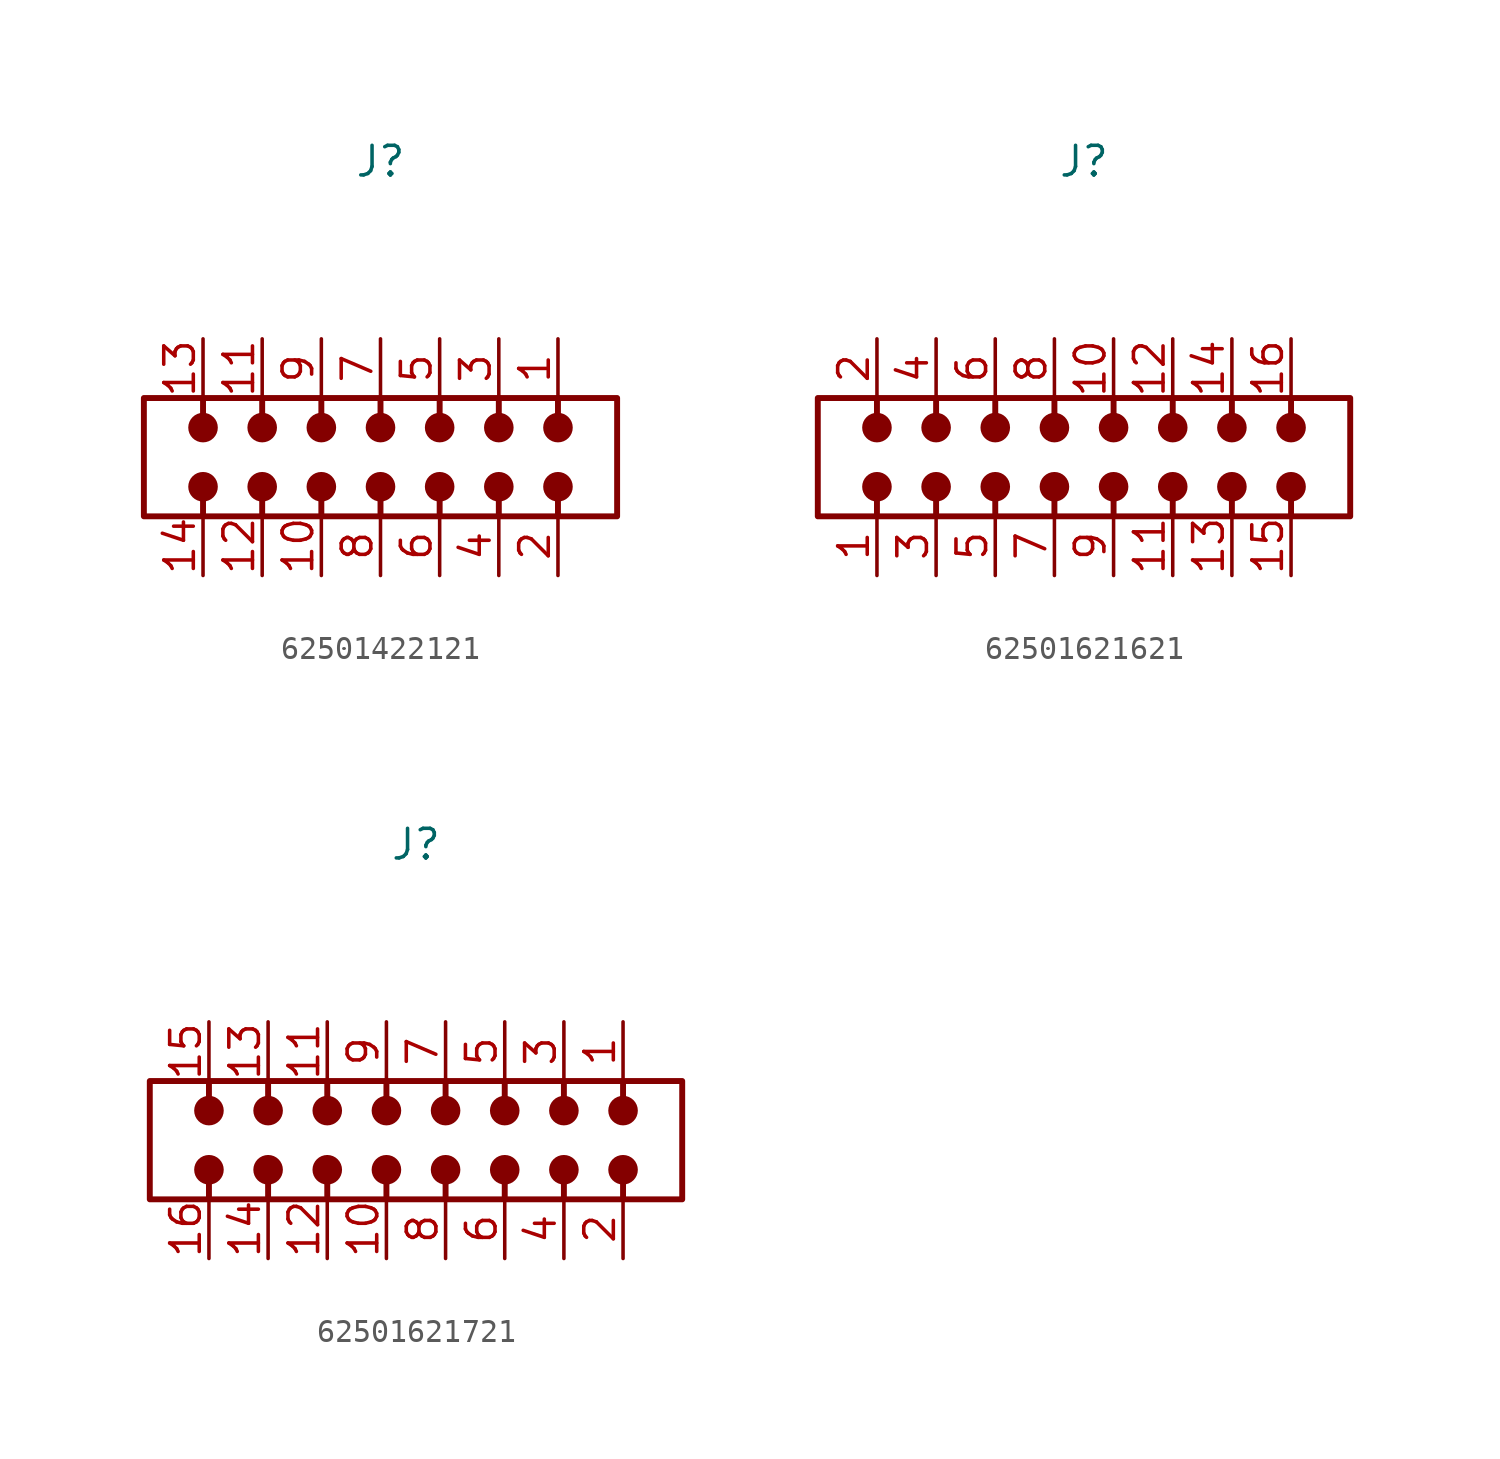
<source format=kicad_sym>
(kicad_symbol_lib
  (version 20241209)
  (generator "kicad_symbol_editor")
  (generator_version "9.0")
  (symbol "62501422121"
    (pin_names
      (hide yes))
    (property "Reference" "J"
      (at 0 12.7 0)
      (effects (font (size 1.27 1.27))))
    (symbol "62501422121_1_1"
      (rectangle (start -10.16 2.54) (end 10.16 -2.54) (stroke (width 0.254) (type solid)) (fill (type none)))
      (polyline (pts (xy -7.62 1.778) (xy -7.62 2.54)) (stroke (width 0.254) (type solid)) (fill (type none)))
      (circle (center -7.62 1.27) (radius 0.508) (stroke (width 0.254) (type solid)) (fill (type outline)))
      (circle (center -7.62 -1.27) (radius 0.508) (stroke (width 0.254) (type solid)) (fill (type outline)))
      (polyline (pts (xy -7.62 -1.778) (xy -7.62 -2.54)) (stroke (width 0.254) (type solid)) (fill (type none)))
      (polyline (pts (xy -5.08 1.778) (xy -5.08 2.54)) (stroke (width 0.254) (type solid)) (fill (type none)))
      (circle (center -5.08 1.27) (radius 0.508) (stroke (width 0.254) (type solid)) (fill (type outline)))
      (circle (center -5.08 -1.27) (radius 0.508) (stroke (width 0.254) (type solid)) (fill (type outline)))
      (polyline (pts (xy -5.08 -1.778) (xy -5.08 -2.54)) (stroke (width 0.254) (type solid)) (fill (type none)))
      (polyline (pts (xy -2.54 1.778) (xy -2.54 2.54)) (stroke (width 0.254) (type solid)) (fill (type none)))
      (circle (center -2.54 1.27) (radius 0.508) (stroke (width 0.254) (type solid)) (fill (type outline)))
      (circle (center -2.54 -1.27) (radius 0.508) (stroke (width 0.254) (type solid)) (fill (type outline)))
      (polyline (pts (xy -2.54 -1.778) (xy -2.54 -2.54)) (stroke (width 0.254) (type solid)) (fill (type none)))
      (polyline (pts (xy 0 1.778) (xy 0 2.54)) (stroke (width 0.254) (type solid)) (fill (type none)))
      (circle (center 0 1.27) (radius 0.508) (stroke (width 0.254) (type solid)) (fill (type outline)))
      (circle (center 0 -1.27) (radius 0.508) (stroke (width 0.254) (type solid)) (fill (type outline)))
      (polyline (pts (xy 0 -1.778) (xy 0 -2.54)) (stroke (width 0.254) (type solid)) (fill (type none)))
      (polyline (pts (xy 2.54 1.778) (xy 2.54 2.54)) (stroke (width 0.254) (type solid)) (fill (type none)))
      (circle (center 2.54 1.27) (radius 0.508) (stroke (width 0.254) (type solid)) (fill (type outline)))
      (circle (center 2.54 -1.27) (radius 0.508) (stroke (width 0.254) (type solid)) (fill (type outline)))
      (polyline (pts (xy 2.54 -1.778) (xy 2.54 -2.54)) (stroke (width 0.254) (type solid)) (fill (type none)))
      (polyline (pts (xy 5.08 1.778) (xy 5.08 2.54)) (stroke (width 0.254) (type solid)) (fill (type none)))
      (circle (center 5.08 1.27) (radius 0.508) (stroke (width 0.254) (type solid)) (fill (type outline)))
      (circle (center 5.08 -1.27) (radius 0.508) (stroke (width 0.254) (type solid)) (fill (type outline)))
      (polyline (pts (xy 5.08 -1.778) (xy 5.08 -2.54)) (stroke (width 0.254) (type solid)) (fill (type none)))
      (polyline (pts (xy 7.62 1.778) (xy 7.62 2.54)) (stroke (width 0.254) (type solid)) (fill (type none)))
      (circle (center 7.62 1.27) (radius 0.508) (stroke (width 0.254) (type solid)) (fill (type outline)))
      (circle (center 7.62 -1.27) (radius 0.508) (stroke (width 0.254) (type solid)) (fill (type outline)))
      (polyline (pts (xy 7.62 -1.778) (xy 7.62 -2.54)) (stroke (width 0.254) (type solid)) (fill (type none)))
      (pin passive line (at -7.62 5.08 270) (length 2.54) (name "13" (effects (font (size 1.27 1.27)))) (number "13" (effects (font (size 1.27 1.27)))))
      (pin passive line (at -7.62 -5.08 90) (length 2.54) (name "14" (effects (font (size 1.27 1.27)))) (number "14" (effects (font (size 1.27 1.27)))))
      (pin passive line (at -5.08 5.08 270) (length 2.54) (name "11" (effects (font (size 1.27 1.27)))) (number "11" (effects (font (size 1.27 1.27)))))
      (pin passive line (at -5.08 -5.08 90) (length 2.54) (name "12" (effects (font (size 1.27 1.27)))) (number "12" (effects (font (size 1.27 1.27)))))
      (pin passive line (at -2.54 5.08 270) (length 2.54) (name "9" (effects (font (size 1.27 1.27)))) (number "9" (effects (font (size 1.27 1.27)))))
      (pin passive line (at -2.54 -5.08 90) (length 2.54) (name "10" (effects (font (size 1.27 1.27)))) (number "10" (effects (font (size 1.27 1.27)))))
      (pin passive line (at 0 5.08 270) (length 2.54) (name "7" (effects (font (size 1.27 1.27)))) (number "7" (effects (font (size 1.27 1.27)))))
      (pin passive line (at 0 -5.08 90) (length 2.54) (name "8" (effects (font (size 1.27 1.27)))) (number "8" (effects (font (size 1.27 1.27)))))
      (pin passive line (at 2.54 5.08 270) (length 2.54) (name "5" (effects (font (size 1.27 1.27)))) (number "5" (effects (font (size 1.27 1.27)))))
      (pin passive line (at 2.54 -5.08 90) (length 2.54) (name "6" (effects (font (size 1.27 1.27)))) (number "6" (effects (font (size 1.27 1.27)))))
      (pin passive line (at 5.08 5.08 270) (length 2.54) (name "3" (effects (font (size 1.27 1.27)))) (number "3" (effects (font (size 1.27 1.27)))))
      (pin passive line (at 5.08 -5.08 90) (length 2.54) (name "4" (effects (font (size 1.27 1.27)))) (number "4" (effects (font (size 1.27 1.27)))))
      (pin passive line (at 7.62 5.08 270) (length 2.54) (name "1" (effects (font (size 1.27 1.27)))) (number "1" (effects (font (size 1.27 1.27)))))
      (pin passive line (at 7.62 -5.08 90) (length 2.54) (name "2" (effects (font (size 1.27 1.27)))) (number "2" (effects (font (size 1.27 1.27)))))))
  (symbol "62501621621"
    (pin_names
      (hide yes))
    (property "Reference" "J"
      (at 0 12.7 0)
      (effects (font (size 1.27 1.27))))
    (symbol "62501621621_1_1"
      (rectangle (start -11.43 2.54) (end 11.43 -2.54) (stroke (width 0.254) (type solid)) (fill (type none)))
      (polyline (pts (xy -8.89 1.778) (xy -8.89 2.54)) (stroke (width 0.254) (type solid)) (fill (type none)))
      (circle (center -8.89 1.27) (radius 0.508) (stroke (width 0.254) (type solid)) (fill (type outline)))
      (circle (center -8.89 -1.27) (radius 0.508) (stroke (width 0.254) (type solid)) (fill (type outline)))
      (polyline (pts (xy -8.89 -1.778) (xy -8.89 -2.54)) (stroke (width 0.254) (type solid)) (fill (type none)))
      (polyline (pts (xy -6.35 1.778) (xy -6.35 2.54)) (stroke (width 0.254) (type solid)) (fill (type none)))
      (circle (center -6.35 1.27) (radius 0.508) (stroke (width 0.254) (type solid)) (fill (type outline)))
      (circle (center -6.35 -1.27) (radius 0.508) (stroke (width 0.254) (type solid)) (fill (type outline)))
      (polyline (pts (xy -6.35 -1.778) (xy -6.35 -2.54)) (stroke (width 0.254) (type solid)) (fill (type none)))
      (polyline (pts (xy -3.81 1.778) (xy -3.81 2.54)) (stroke (width 0.254) (type solid)) (fill (type none)))
      (circle (center -3.81 1.27) (radius 0.508) (stroke (width 0.254) (type solid)) (fill (type outline)))
      (circle (center -3.81 -1.27) (radius 0.508) (stroke (width 0.254) (type solid)) (fill (type outline)))
      (polyline (pts (xy -3.81 -1.778) (xy -3.81 -2.54)) (stroke (width 0.254) (type solid)) (fill (type none)))
      (polyline (pts (xy -1.27 1.778) (xy -1.27 2.54)) (stroke (width 0.254) (type solid)) (fill (type none)))
      (circle (center -1.27 1.27) (radius 0.508) (stroke (width 0.254) (type solid)) (fill (type outline)))
      (circle (center -1.27 -1.27) (radius 0.508) (stroke (width 0.254) (type solid)) (fill (type outline)))
      (polyline (pts (xy -1.27 -1.778) (xy -1.27 -2.54)) (stroke (width 0.254) (type solid)) (fill (type none)))
      (polyline (pts (xy 1.27 1.778) (xy 1.27 2.54)) (stroke (width 0.254) (type solid)) (fill (type none)))
      (circle (center 1.27 1.27) (radius 0.508) (stroke (width 0.254) (type solid)) (fill (type outline)))
      (circle (center 1.27 -1.27) (radius 0.508) (stroke (width 0.254) (type solid)) (fill (type outline)))
      (polyline (pts (xy 1.27 -1.778) (xy 1.27 -2.54)) (stroke (width 0.254) (type solid)) (fill (type none)))
      (polyline (pts (xy 3.81 1.778) (xy 3.81 2.54)) (stroke (width 0.254) (type solid)) (fill (type none)))
      (circle (center 3.81 1.27) (radius 0.508) (stroke (width 0.254) (type solid)) (fill (type outline)))
      (circle (center 3.81 -1.27) (radius 0.508) (stroke (width 0.254) (type solid)) (fill (type outline)))
      (polyline (pts (xy 3.81 -1.778) (xy 3.81 -2.54)) (stroke (width 0.254) (type solid)) (fill (type none)))
      (polyline (pts (xy 6.35 1.778) (xy 6.35 2.54)) (stroke (width 0.254) (type solid)) (fill (type none)))
      (circle (center 6.35 1.27) (radius 0.508) (stroke (width 0.254) (type solid)) (fill (type outline)))
      (circle (center 6.35 -1.27) (radius 0.508) (stroke (width 0.254) (type solid)) (fill (type outline)))
      (polyline (pts (xy 6.35 -1.778) (xy 6.35 -2.54)) (stroke (width 0.254) (type solid)) (fill (type none)))
      (polyline (pts (xy 8.89 1.778) (xy 8.89 2.54)) (stroke (width 0.254) (type solid)) (fill (type none)))
      (circle (center 8.89 1.27) (radius 0.508) (stroke (width 0.254) (type solid)) (fill (type outline)))
      (circle (center 8.89 -1.27) (radius 0.508) (stroke (width 0.254) (type solid)) (fill (type outline)))
      (polyline (pts (xy 8.89 -1.778) (xy 8.89 -2.54)) (stroke (width 0.254) (type solid)) (fill (type none)))
      (pin passive line (at -8.89 5.08 270) (length 2.54) (name "2" (effects (font (size 1.27 1.27)))) (number "2" (effects (font (size 1.27 1.27)))))
      (pin passive line (at -8.89 -5.08 90) (length 2.54) (name "1" (effects (font (size 1.27 1.27)))) (number "1" (effects (font (size 1.27 1.27)))))
      (pin passive line (at -6.35 5.08 270) (length 2.54) (name "4" (effects (font (size 1.27 1.27)))) (number "4" (effects (font (size 1.27 1.27)))))
      (pin passive line (at -6.35 -5.08 90) (length 2.54) (name "3" (effects (font (size 1.27 1.27)))) (number "3" (effects (font (size 1.27 1.27)))))
      (pin passive line (at -3.81 5.08 270) (length 2.54) (name "6" (effects (font (size 1.27 1.27)))) (number "6" (effects (font (size 1.27 1.27)))))
      (pin passive line (at -3.81 -5.08 90) (length 2.54) (name "5" (effects (font (size 1.27 1.27)))) (number "5" (effects (font (size 1.27 1.27)))))
      (pin passive line (at -1.27 5.08 270) (length 2.54) (name "8" (effects (font (size 1.27 1.27)))) (number "8" (effects (font (size 1.27 1.27)))))
      (pin passive line (at -1.27 -5.08 90) (length 2.54) (name "7" (effects (font (size 1.27 1.27)))) (number "7" (effects (font (size 1.27 1.27)))))
      (pin passive line (at 1.27 5.08 270) (length 2.54) (name "10" (effects (font (size 1.27 1.27)))) (number "10" (effects (font (size 1.27 1.27)))))
      (pin passive line (at 1.27 -5.08 90) (length 2.54) (name "9" (effects (font (size 1.27 1.27)))) (number "9" (effects (font (size 1.27 1.27)))))
      (pin passive line (at 3.81 5.08 270) (length 2.54) (name "12" (effects (font (size 1.27 1.27)))) (number "12" (effects (font (size 1.27 1.27)))))
      (pin passive line (at 3.81 -5.08 90) (length 2.54) (name "11" (effects (font (size 1.27 1.27)))) (number "11" (effects (font (size 1.27 1.27)))))
      (pin passive line (at 6.35 5.08 270) (length 2.54) (name "14" (effects (font (size 1.27 1.27)))) (number "14" (effects (font (size 1.27 1.27)))))
      (pin passive line (at 6.35 -5.08 90) (length 2.54) (name "13" (effects (font (size 1.27 1.27)))) (number "13" (effects (font (size 1.27 1.27)))))
      (pin passive line (at 8.89 5.08 270) (length 2.54) (name "16" (effects (font (size 1.27 1.27)))) (number "16" (effects (font (size 1.27 1.27)))))
      (pin passive line (at 8.89 -5.08 90) (length 2.54) (name "15" (effects (font (size 1.27 1.27)))) (number "15" (effects (font (size 1.27 1.27)))))))
  (symbol "62501621721"
    (pin_names
      (hide yes))
    (property "Reference" "J"
      (at 0 12.7 0)
      (effects (font (size 1.27 1.27))))
    (symbol "62501621721_1_1"
      (rectangle (start -11.43 2.54) (end 11.43 -2.54) (stroke (width 0.254) (type solid)) (fill (type none)))
      (polyline (pts (xy -8.89 1.778) (xy -8.89 2.54)) (stroke (width 0.254) (type solid)) (fill (type none)))
      (circle (center -8.89 1.27) (radius 0.508) (stroke (width 0.254) (type solid)) (fill (type outline)))
      (circle (center -8.89 -1.27) (radius 0.508) (stroke (width 0.254) (type solid)) (fill (type outline)))
      (polyline (pts (xy -8.89 -1.778) (xy -8.89 -2.54)) (stroke (width 0.254) (type solid)) (fill (type none)))
      (polyline (pts (xy -6.35 1.778) (xy -6.35 2.54)) (stroke (width 0.254) (type solid)) (fill (type none)))
      (circle (center -6.35 1.27) (radius 0.508) (stroke (width 0.254) (type solid)) (fill (type outline)))
      (circle (center -6.35 -1.27) (radius 0.508) (stroke (width 0.254) (type solid)) (fill (type outline)))
      (polyline (pts (xy -6.35 -1.778) (xy -6.35 -2.54)) (stroke (width 0.254) (type solid)) (fill (type none)))
      (polyline (pts (xy -3.81 1.778) (xy -3.81 2.54)) (stroke (width 0.254) (type solid)) (fill (type none)))
      (circle (center -3.81 1.27) (radius 0.508) (stroke (width 0.254) (type solid)) (fill (type outline)))
      (circle (center -3.81 -1.27) (radius 0.508) (stroke (width 0.254) (type solid)) (fill (type outline)))
      (polyline (pts (xy -3.81 -1.778) (xy -3.81 -2.54)) (stroke (width 0.254) (type solid)) (fill (type none)))
      (polyline (pts (xy -1.27 1.778) (xy -1.27 2.54)) (stroke (width 0.254) (type solid)) (fill (type none)))
      (circle (center -1.27 1.27) (radius 0.508) (stroke (width 0.254) (type solid)) (fill (type outline)))
      (circle (center -1.27 -1.27) (radius 0.508) (stroke (width 0.254) (type solid)) (fill (type outline)))
      (polyline (pts (xy -1.27 -1.778) (xy -1.27 -2.54)) (stroke (width 0.254) (type solid)) (fill (type none)))
      (polyline (pts (xy 1.27 1.778) (xy 1.27 2.54)) (stroke (width 0.254) (type solid)) (fill (type none)))
      (circle (center 1.27 1.27) (radius 0.508) (stroke (width 0.254) (type solid)) (fill (type outline)))
      (circle (center 1.27 -1.27) (radius 0.508) (stroke (width 0.254) (type solid)) (fill (type outline)))
      (polyline (pts (xy 1.27 -1.778) (xy 1.27 -2.54)) (stroke (width 0.254) (type solid)) (fill (type none)))
      (polyline (pts (xy 3.81 1.778) (xy 3.81 2.54)) (stroke (width 0.254) (type solid)) (fill (type none)))
      (circle (center 3.81 1.27) (radius 0.508) (stroke (width 0.254) (type solid)) (fill (type outline)))
      (circle (center 3.81 -1.27) (radius 0.508) (stroke (width 0.254) (type solid)) (fill (type outline)))
      (polyline (pts (xy 3.81 -1.778) (xy 3.81 -2.54)) (stroke (width 0.254) (type solid)) (fill (type none)))
      (polyline (pts (xy 6.35 1.778) (xy 6.35 2.54)) (stroke (width 0.254) (type solid)) (fill (type none)))
      (circle (center 6.35 1.27) (radius 0.508) (stroke (width 0.254) (type solid)) (fill (type outline)))
      (circle (center 6.35 -1.27) (radius 0.508) (stroke (width 0.254) (type solid)) (fill (type outline)))
      (polyline (pts (xy 6.35 -1.778) (xy 6.35 -2.54)) (stroke (width 0.254) (type solid)) (fill (type none)))
      (polyline (pts (xy 8.89 1.778) (xy 8.89 2.54)) (stroke (width 0.254) (type solid)) (fill (type none)))
      (circle (center 8.89 1.27) (radius 0.508) (stroke (width 0.254) (type solid)) (fill (type outline)))
      (circle (center 8.89 -1.27) (radius 0.508) (stroke (width 0.254) (type solid)) (fill (type outline)))
      (polyline (pts (xy 8.89 -1.778) (xy 8.89 -2.54)) (stroke (width 0.254) (type solid)) (fill (type none)))
      (pin passive line (at -8.89 5.08 270) (length 2.54) (name "15" (effects (font (size 1.27 1.27)))) (number "15" (effects (font (size 1.27 1.27)))))
      (pin passive line (at -8.89 -5.08 90) (length 2.54) (name "16" (effects (font (size 1.27 1.27)))) (number "16" (effects (font (size 1.27 1.27)))))
      (pin passive line (at -6.35 5.08 270) (length 2.54) (name "13" (effects (font (size 1.27 1.27)))) (number "13" (effects (font (size 1.27 1.27)))))
      (pin passive line (at -6.35 -5.08 90) (length 2.54) (name "14" (effects (font (size 1.27 1.27)))) (number "14" (effects (font (size 1.27 1.27)))))
      (pin passive line (at -3.81 5.08 270) (length 2.54) (name "11" (effects (font (size 1.27 1.27)))) (number "11" (effects (font (size 1.27 1.27)))))
      (pin passive line (at -3.81 -5.08 90) (length 2.54) (name "12" (effects (font (size 1.27 1.27)))) (number "12" (effects (font (size 1.27 1.27)))))
      (pin passive line (at -1.27 5.08 270) (length 2.54) (name "9" (effects (font (size 1.27 1.27)))) (number "9" (effects (font (size 1.27 1.27)))))
      (pin passive line (at -1.27 -5.08 90) (length 2.54) (name "10" (effects (font (size 1.27 1.27)))) (number "10" (effects (font (size 1.27 1.27)))))
      (pin passive line (at 1.27 5.08 270) (length 2.54) (name "7" (effects (font (size 1.27 1.27)))) (number "7" (effects (font (size 1.27 1.27)))))
      (pin passive line (at 1.27 -5.08 90) (length 2.54) (name "8" (effects (font (size 1.27 1.27)))) (number "8" (effects (font (size 1.27 1.27)))))
      (pin passive line (at 3.81 5.08 270) (length 2.54) (name "5" (effects (font (size 1.27 1.27)))) (number "5" (effects (font (size 1.27 1.27)))))
      (pin passive line (at 3.81 -5.08 90) (length 2.54) (name "6" (effects (font (size 1.27 1.27)))) (number "6" (effects (font (size 1.27 1.27)))))
      (pin passive line (at 6.35 5.08 270) (length 2.54) (name "3" (effects (font (size 1.27 1.27)))) (number "3" (effects (font (size 1.27 1.27)))))
      (pin passive line (at 6.35 -5.08 90) (length 2.54) (name "4" (effects (font (size 1.27 1.27)))) (number "4" (effects (font (size 1.27 1.27)))))
      (pin passive line (at 8.89 5.08 270) (length 2.54) (name "1" (effects (font (size 1.27 1.27)))) (number "1" (effects (font (size 1.27 1.27)))))
      (pin passive line (at 8.89 -5.08 90) (length 2.54) (name "2" (effects (font (size 1.27 1.27)))) (number "2" (effects (font (size 1.27 1.27))))))))
</source>
